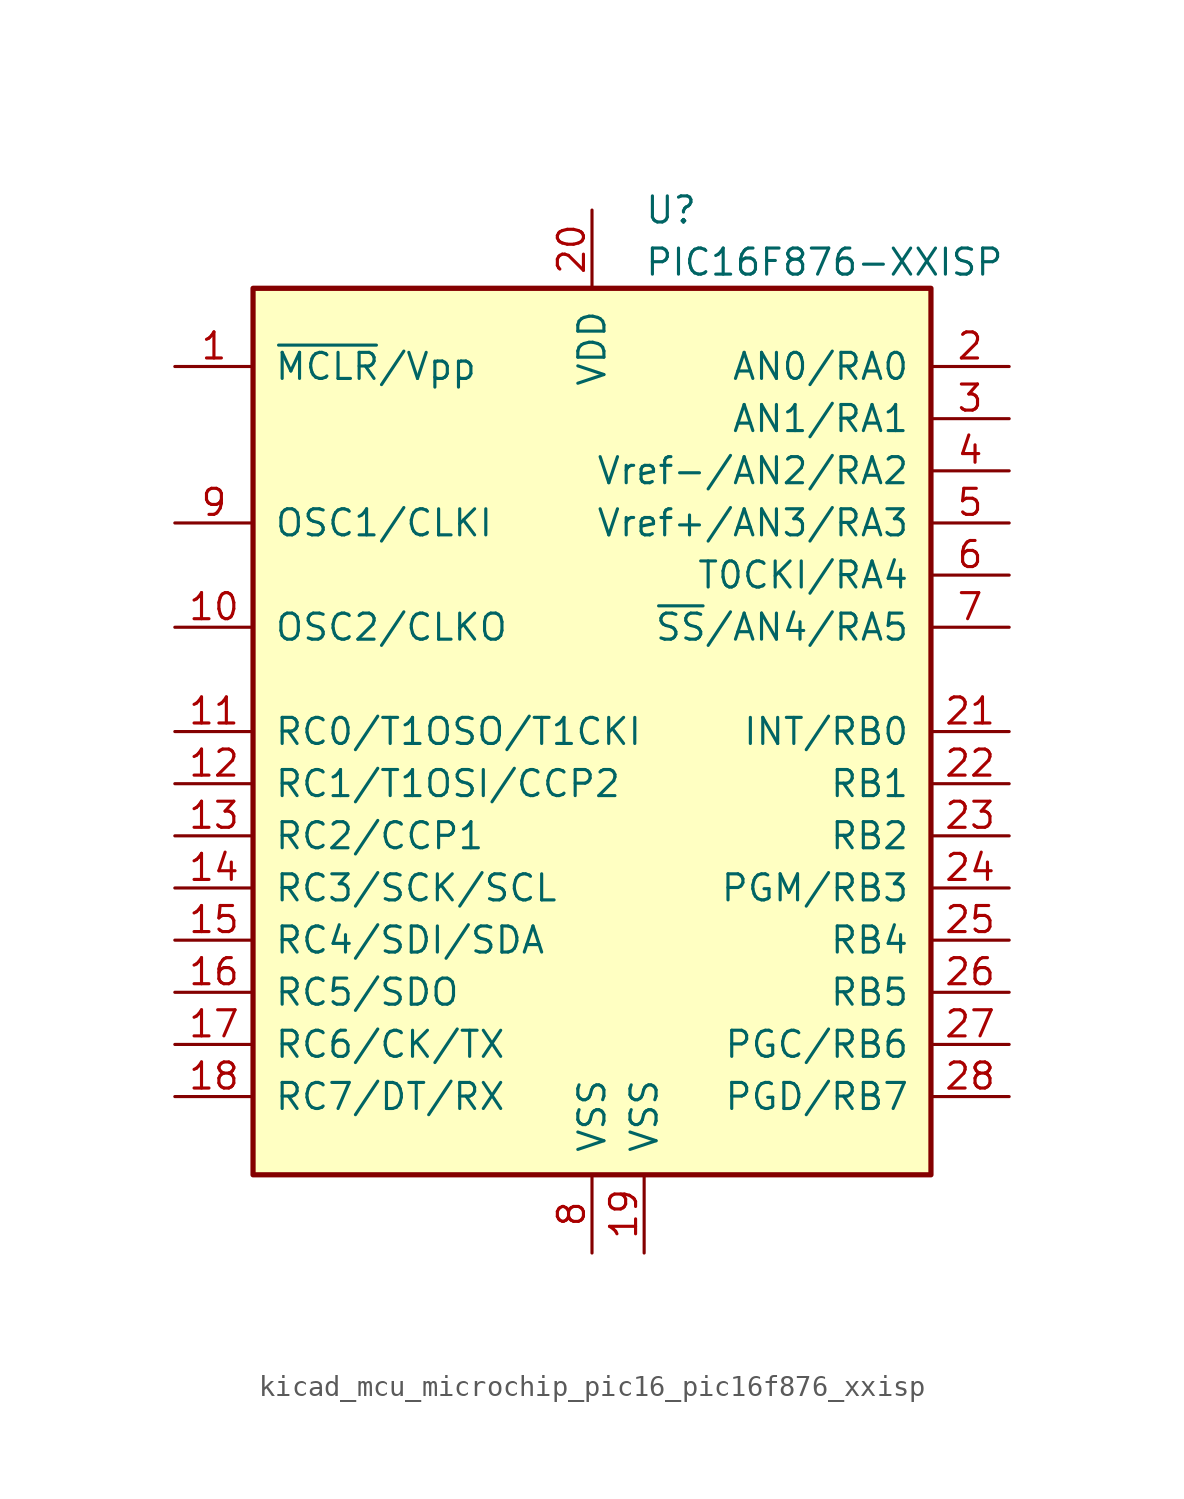
<source format=kicad_sym>
(kicad_symbol_lib
  (version 20220914)
  (generator kicad_symbol_editor)
  (symbol "kicad_mcu_microchip_pic16_pic16f876_xxisp"
    (pin_names
      (offset 1.016))
    (property "Reference" "U"
      (at 2.54 25.4 0)
      (effects (font (size 1.27 1.27)) (justify left)))
    (property "Value" "PIC16F876-XXISP"
      (at 2.54 22.86 0)
      (effects (font (size 1.27 1.27)) (justify left)))
    (symbol "kicad_mcu_microchip_pic16_pic16f876_xxisp_0_1"
      (rectangle (start -16.51 21.59) (end 16.51 -21.59) (stroke (width 0.254) (type default)) (fill (type background))))
    (symbol "kicad_mcu_microchip_pic16_pic16f876_xxisp_1_1"
      (pin input line (at -20.32 17.78 0) (length 3.81) (name "~{MCLR}/Vpp" (effects (font (size 1.27 1.27)))) (number "1" (effects (font (size 1.27 1.27)))))
      (pin output line (at -20.32 5.08 0) (length 3.81) (name "OSC2/CLKO" (effects (font (size 1.27 1.27)))) (number "10" (effects (font (size 1.27 1.27)))))
      (pin bidirectional line (at -20.32 0 0) (length 3.81) (name "RC0/T1OSO/T1CKI" (effects (font (size 1.27 1.27)))) (number "11" (effects (font (size 1.27 1.27)))))
      (pin bidirectional line (at -20.32 -2.54 0) (length 3.81) (name "RC1/T1OSI/CCP2" (effects (font (size 1.27 1.27)))) (number "12" (effects (font (size 1.27 1.27)))))
      (pin bidirectional line (at -20.32 -5.08 0) (length 3.81) (name "RC2/CCP1" (effects (font (size 1.27 1.27)))) (number "13" (effects (font (size 1.27 1.27)))))
      (pin bidirectional line (at -20.32 -7.62 0) (length 3.81) (name "RC3/SCK/SCL" (effects (font (size 1.27 1.27)))) (number "14" (effects (font (size 1.27 1.27)))))
      (pin bidirectional line (at -20.32 -10.16 0) (length 3.81) (name "RC4/SDI/SDA" (effects (font (size 1.27 1.27)))) (number "15" (effects (font (size 1.27 1.27)))))
      (pin bidirectional line (at -20.32 -12.7 0) (length 3.81) (name "RC5/SDO" (effects (font (size 1.27 1.27)))) (number "16" (effects (font (size 1.27 1.27)))))
      (pin bidirectional line (at -20.32 -15.24 0) (length 3.81) (name "RC6/CK/TX" (effects (font (size 1.27 1.27)))) (number "17" (effects (font (size 1.27 1.27)))))
      (pin bidirectional line (at -20.32 -17.78 0) (length 3.81) (name "RC7/DT/RX" (effects (font (size 1.27 1.27)))) (number "18" (effects (font (size 1.27 1.27)))))
      (pin power_in line (at 2.54 -25.4 90) (length 3.81) (name "VSS" (effects (font (size 1.27 1.27)))) (number "19" (effects (font (size 1.27 1.27)))))
      (pin bidirectional line (at 20.32 17.78 180) (length 3.81) (name "AN0/RA0" (effects (font (size 1.27 1.27)))) (number "2" (effects (font (size 1.27 1.27)))))
      (pin power_in line (at 0 25.4 270) (length 3.81) (name "VDD" (effects (font (size 1.27 1.27)))) (number "20" (effects (font (size 1.27 1.27)))))
      (pin bidirectional line (at 20.32 0 180) (length 3.81) (name "INT/RB0" (effects (font (size 1.27 1.27)))) (number "21" (effects (font (size 1.27 1.27)))))
      (pin bidirectional line (at 20.32 -2.54 180) (length 3.81) (name "RB1" (effects (font (size 1.27 1.27)))) (number "22" (effects (font (size 1.27 1.27)))))
      (pin bidirectional line (at 20.32 -5.08 180) (length 3.81) (name "RB2" (effects (font (size 1.27 1.27)))) (number "23" (effects (font (size 1.27 1.27)))))
      (pin bidirectional line (at 20.32 -7.62 180) (length 3.81) (name "PGM/RB3" (effects (font (size 1.27 1.27)))) (number "24" (effects (font (size 1.27 1.27)))))
      (pin bidirectional line (at 20.32 -10.16 180) (length 3.81) (name "RB4" (effects (font (size 1.27 1.27)))) (number "25" (effects (font (size 1.27 1.27)))))
      (pin bidirectional line (at 20.32 -12.7 180) (length 3.81) (name "RB5" (effects (font (size 1.27 1.27)))) (number "26" (effects (font (size 1.27 1.27)))))
      (pin bidirectional line (at 20.32 -15.24 180) (length 3.81) (name "PGC/RB6" (effects (font (size 1.27 1.27)))) (number "27" (effects (font (size 1.27 1.27)))))
      (pin bidirectional line (at 20.32 -17.78 180) (length 3.81) (name "PGD/RB7" (effects (font (size 1.27 1.27)))) (number "28" (effects (font (size 1.27 1.27)))))
      (pin bidirectional line (at 20.32 15.24 180) (length 3.81) (name "AN1/RA1" (effects (font (size 1.27 1.27)))) (number "3" (effects (font (size 1.27 1.27)))))
      (pin bidirectional line (at 20.32 12.7 180) (length 3.81) (name "Vref-/AN2/RA2" (effects (font (size 1.27 1.27)))) (number "4" (effects (font (size 1.27 1.27)))))
      (pin bidirectional line (at 20.32 10.16 180) (length 3.81) (name "Vref+/AN3/RA3" (effects (font (size 1.27 1.27)))) (number "5" (effects (font (size 1.27 1.27)))))
      (pin bidirectional line (at 20.32 7.62 180) (length 3.81) (name "T0CKI/RA4" (effects (font (size 1.27 1.27)))) (number "6" (effects (font (size 1.27 1.27)))))
      (pin bidirectional line (at 20.32 5.08 180) (length 3.81) (name "~{SS}/AN4/RA5" (effects (font (size 1.27 1.27)))) (number "7" (effects (font (size 1.27 1.27)))))
      (pin power_in line (at 0 -25.4 90) (length 3.81) (name "VSS" (effects (font (size 1.27 1.27)))) (number "8" (effects (font (size 1.27 1.27)))))
      (pin input line (at -20.32 10.16 0) (length 3.81) (name "OSC1/CLKI" (effects (font (size 1.27 1.27)))) (number "9" (effects (font (size 1.27 1.27))))))))
</source>
